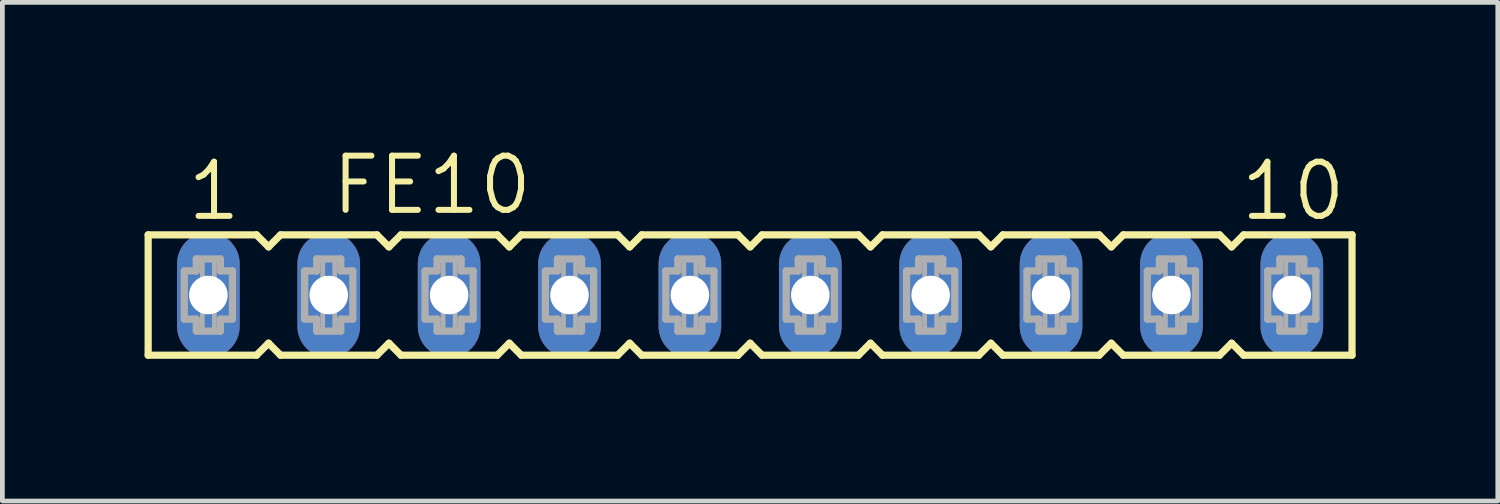
<source format=kicad_pcb>
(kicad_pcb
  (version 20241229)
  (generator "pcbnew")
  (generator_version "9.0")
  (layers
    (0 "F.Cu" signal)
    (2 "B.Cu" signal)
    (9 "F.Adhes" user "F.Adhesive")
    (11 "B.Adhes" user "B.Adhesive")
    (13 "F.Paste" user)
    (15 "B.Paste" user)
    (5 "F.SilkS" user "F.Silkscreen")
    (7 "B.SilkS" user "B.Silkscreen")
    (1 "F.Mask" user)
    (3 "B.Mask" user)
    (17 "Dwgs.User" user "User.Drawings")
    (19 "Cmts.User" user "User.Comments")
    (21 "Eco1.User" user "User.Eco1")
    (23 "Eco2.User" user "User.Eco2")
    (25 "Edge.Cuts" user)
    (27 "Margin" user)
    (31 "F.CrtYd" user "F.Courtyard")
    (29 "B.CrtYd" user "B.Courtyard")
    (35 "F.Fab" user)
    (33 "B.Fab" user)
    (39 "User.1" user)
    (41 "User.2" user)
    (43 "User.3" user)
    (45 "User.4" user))
  (footprint "FE10"
    (layer "F.Cu")
    (at 12.776 3.175)
    (property "Reference" "FE10" (at -8.89 -1.651 0) (layer "F.SilkS") (effects (font (size 1.143 1.143) (thickness 0.127)) (justify left bottom)))
    (fp_line (start -12.7 -1.27) (end -12.7 1.27) (stroke (width 0.152) (type solid)) (layer "F.SilkS"))
    (fp_line (start -12.7 1.27) (end -10.414 1.27) (stroke (width 0.152) (type solid)) (layer "F.SilkS"))
    (fp_line (start -10.414 -1.27) (end -12.7 -1.27) (stroke (width 0.152) (type solid)) (layer "F.SilkS"))
    (fp_line (start -10.414 1.27) (end -10.16 1.016) (stroke (width 0.152) (type solid)) (layer "F.SilkS"))
    (fp_line (start -10.16 -1.016) (end -10.414 -1.27) (stroke (width 0.152) (type solid)) (layer "F.SilkS"))
    (fp_line (start -10.16 1.016) (end -9.906 1.27) (stroke (width 0.152) (type solid)) (layer "F.SilkS"))
    (fp_line (start -9.906 -1.27) (end -10.16 -1.016) (stroke (width 0.152) (type solid)) (layer "F.SilkS"))
    (fp_line (start -9.906 1.27) (end -7.874 1.27) (stroke (width 0.152) (type solid)) (layer "F.SilkS"))
    (fp_line (start -7.874 -1.27) (end -9.906 -1.27) (stroke (width 0.152) (type solid)) (layer "F.SilkS"))
    (fp_line (start -7.874 1.27) (end -7.62 1.016) (stroke (width 0.152) (type solid)) (layer "F.SilkS"))
    (fp_line (start -7.62 -1.016) (end -7.874 -1.27) (stroke (width 0.152) (type solid)) (layer "F.SilkS"))
    (fp_line (start -7.62 1.016) (end -7.366 1.27) (stroke (width 0.152) (type solid)) (layer "F.SilkS"))
    (fp_line (start -7.366 -1.27) (end -7.62 -1.016) (stroke (width 0.152) (type solid)) (layer "F.SilkS"))
    (fp_line (start -7.366 1.27) (end -5.334 1.27) (stroke (width 0.152) (type solid)) (layer "F.SilkS"))
    (fp_line (start -5.334 -1.27) (end -7.366 -1.27) (stroke (width 0.152) (type solid)) (layer "F.SilkS"))
    (fp_line (start -5.334 1.27) (end -5.08 1.016) (stroke (width 0.152) (type solid)) (layer "F.SilkS"))
    (fp_line (start -5.08 -1.016) (end -5.334 -1.27) (stroke (width 0.152) (type solid)) (layer "F.SilkS"))
    (fp_line (start -5.08 1.016) (end -4.826 1.27) (stroke (width 0.152) (type solid)) (layer "F.SilkS"))
    (fp_line (start -4.826 -1.27) (end -5.08 -1.016) (stroke (width 0.152) (type solid)) (layer "F.SilkS"))
    (fp_line (start -4.826 1.27) (end -2.794 1.27) (stroke (width 0.152) (type solid)) (layer "F.SilkS"))
    (fp_line (start -2.794 -1.27) (end -4.826 -1.27) (stroke (width 0.152) (type solid)) (layer "F.SilkS"))
    (fp_line (start -2.794 1.27) (end -2.54 1.016) (stroke (width 0.152) (type solid)) (layer "F.SilkS"))
    (fp_line (start -2.54 -1.016) (end -2.794 -1.27) (stroke (width 0.152) (type solid)) (layer "F.SilkS"))
    (fp_line (start -2.54 1.016) (end -2.286 1.27) (stroke (width 0.152) (type solid)) (layer "F.SilkS"))
    (fp_line (start -2.286 -1.27) (end -2.54 -1.016) (stroke (width 0.152) (type solid)) (layer "F.SilkS"))
    (fp_line (start -2.286 1.27) (end -0.254 1.27) (stroke (width 0.152) (type solid)) (layer "F.SilkS"))
    (fp_line (start -0.254 -1.27) (end -2.286 -1.27) (stroke (width 0.152) (type solid)) (layer "F.SilkS"))
    (fp_line (start -0.254 1.27) (end 0 1.016) (stroke (width 0.152) (type solid)) (layer "F.SilkS"))
    (fp_line (start 0 -1.016) (end -0.254 -1.27) (stroke (width 0.152) (type solid)) (layer "F.SilkS"))
    (fp_line (start 0 1.016) (end 0.254 1.27) (stroke (width 0.152) (type solid)) (layer "F.SilkS"))
    (fp_line (start 0.254 -1.27) (end 0 -1.016) (stroke (width 0.152) (type solid)) (layer "F.SilkS"))
    (fp_line (start 0.254 1.27) (end 2.286 1.27) (stroke (width 0.152) (type solid)) (layer "F.SilkS"))
    (fp_line (start 2.286 -1.27) (end 0.254 -1.27) (stroke (width 0.152) (type solid)) (layer "F.SilkS"))
    (fp_line (start 2.286 1.27) (end 2.54 1.016) (stroke (width 0.152) (type solid)) (layer "F.SilkS"))
    (fp_line (start 2.54 -1.016) (end 2.286 -1.27) (stroke (width 0.152) (type solid)) (layer "F.SilkS"))
    (fp_line (start 2.54 1.016) (end 2.794 1.27) (stroke (width 0.152) (type solid)) (layer "F.SilkS"))
    (fp_line (start 2.794 -1.27) (end 2.54 -1.016) (stroke (width 0.152) (type solid)) (layer "F.SilkS"))
    (fp_line (start 2.794 1.27) (end 4.826 1.27) (stroke (width 0.152) (type solid)) (layer "F.SilkS"))
    (fp_line (start 4.826 -1.27) (end 2.794 -1.27) (stroke (width 0.152) (type solid)) (layer "F.SilkS"))
    (fp_line (start 4.826 1.27) (end 5.08 1.016) (stroke (width 0.152) (type solid)) (layer "F.SilkS"))
    (fp_line (start 5.08 -1.016) (end 4.826 -1.27) (stroke (width 0.152) (type solid)) (layer "F.SilkS"))
    (fp_line (start 5.08 1.016) (end 5.334 1.27) (stroke (width 0.152) (type solid)) (layer "F.SilkS"))
    (fp_line (start 5.334 -1.27) (end 5.08 -1.016) (stroke (width 0.152) (type solid)) (layer "F.SilkS"))
    (fp_line (start 5.334 1.27) (end 7.366 1.27) (stroke (width 0.152) (type solid)) (layer "F.SilkS"))
    (fp_line (start 7.366 -1.27) (end 5.334 -1.27) (stroke (width 0.152) (type solid)) (layer "F.SilkS"))
    (fp_line (start 7.366 1.27) (end 7.62 1.016) (stroke (width 0.152) (type solid)) (layer "F.SilkS"))
    (fp_line (start 7.62 -1.016) (end 7.366 -1.27) (stroke (width 0.152) (type solid)) (layer "F.SilkS"))
    (fp_line (start 7.62 1.016) (end 7.874 1.27) (stroke (width 0.152) (type solid)) (layer "F.SilkS"))
    (fp_line (start 7.874 -1.27) (end 7.62 -1.016) (stroke (width 0.152) (type solid)) (layer "F.SilkS"))
    (fp_line (start 7.874 1.27) (end 9.906 1.27) (stroke (width 0.152) (type solid)) (layer "F.SilkS"))
    (fp_line (start 9.906 -1.27) (end 7.874 -1.27) (stroke (width 0.152) (type solid)) (layer "F.SilkS"))
    (fp_line (start 9.906 1.27) (end 10.16 1.016) (stroke (width 0.152) (type solid)) (layer "F.SilkS"))
    (fp_line (start 10.16 -1.016) (end 9.906 -1.27) (stroke (width 0.152) (type solid)) (layer "F.SilkS"))
    (fp_line (start 10.16 1.016) (end 10.414 1.27) (stroke (width 0.152) (type solid)) (layer "F.SilkS"))
    (fp_line (start 10.414 -1.27) (end 10.16 -1.016) (stroke (width 0.152) (type solid)) (layer "F.SilkS"))
    (fp_line (start 10.414 1.27) (end 12.7 1.27) (stroke (width 0.152) (type solid)) (layer "F.SilkS"))
    (fp_line (start 12.7 -1.27) (end 10.414 -1.27) (stroke (width 0.152) (type solid)) (layer "F.SilkS"))
    (fp_line (start 12.7 1.27) (end 12.7 -1.27) (stroke (width 0.152) (type solid)) (layer "F.SilkS"))
    (fp_line (start -11.938 -0.508) (end -11.938 0.508) (stroke (width 0.152) (type solid)) (layer "F.Fab"))
    (fp_line (start -11.938 0.508) (end -11.684 0.508) (stroke (width 0.152) (type solid)) (layer "F.Fab"))
    (fp_line (start -11.684 -0.762) (end -11.684 -0.508) (stroke (width 0.152) (type solid)) (layer "F.Fab"))
    (fp_line (start -11.684 -0.508) (end -11.938 -0.508) (stroke (width 0.152) (type solid)) (layer "F.Fab"))
    (fp_line (start -11.684 0.508) (end -11.684 0.762) (stroke (width 0.152) (type solid)) (layer "F.Fab"))
    (fp_line (start -11.684 0.762) (end -11.176 0.762) (stroke (width 0.152) (type solid)) (layer "F.Fab"))
    (fp_line (start -11.176 -0.762) (end -11.684 -0.762) (stroke (width 0.152) (type solid)) (layer "F.Fab"))
    (fp_line (start -11.176 -0.508) (end -11.176 -0.762) (stroke (width 0.152) (type solid)) (layer "F.Fab"))
    (fp_line (start -11.176 0.508) (end -10.922 0.508) (stroke (width 0.152) (type solid)) (layer "F.Fab"))
    (fp_line (start -11.176 0.762) (end -11.176 0.508) (stroke (width 0.152) (type solid)) (layer "F.Fab"))
    (fp_line (start -10.922 -0.508) (end -11.176 -0.508) (stroke (width 0.152) (type solid)) (layer "F.Fab"))
    (fp_line (start -10.922 0.508) (end -10.922 -0.508) (stroke (width 0.152) (type solid)) (layer "F.Fab"))
    (fp_line (start -9.398 -0.508) (end -9.398 0.508) (stroke (width 0.152) (type solid)) (layer "F.Fab"))
    (fp_line (start -9.398 0.508) (end -9.144 0.508) (stroke (width 0.152) (type solid)) (layer "F.Fab"))
    (fp_line (start -9.144 -0.762) (end -9.144 -0.508) (stroke (width 0.152) (type solid)) (layer "F.Fab"))
    (fp_line (start -9.144 -0.508) (end -9.398 -0.508) (stroke (width 0.152) (type solid)) (layer "F.Fab"))
    (fp_line (start -9.144 0.508) (end -9.144 0.762) (stroke (width 0.152) (type solid)) (layer "F.Fab"))
    (fp_line (start -9.144 0.762) (end -8.636 0.762) (stroke (width 0.152) (type solid)) (layer "F.Fab"))
    (fp_line (start -8.636 -0.762) (end -9.144 -0.762) (stroke (width 0.152) (type solid)) (layer "F.Fab"))
    (fp_line (start -8.636 -0.508) (end -8.636 -0.762) (stroke (width 0.152) (type solid)) (layer "F.Fab"))
    (fp_line (start -8.636 0.508) (end -8.382 0.508) (stroke (width 0.152) (type solid)) (layer "F.Fab"))
    (fp_line (start -8.636 0.762) (end -8.636 0.508) (stroke (width 0.152) (type solid)) (layer "F.Fab"))
    (fp_line (start -8.382 -0.508) (end -8.636 -0.508) (stroke (width 0.152) (type solid)) (layer "F.Fab"))
    (fp_line (start -8.382 0.508) (end -8.382 -0.508) (stroke (width 0.152) (type solid)) (layer "F.Fab"))
    (fp_line (start -6.858 -0.508) (end -6.858 0.508) (stroke (width 0.152) (type solid)) (layer "F.Fab"))
    (fp_line (start -6.858 0.508) (end -6.604 0.508) (stroke (width 0.152) (type solid)) (layer "F.Fab"))
    (fp_line (start -6.604 -0.762) (end -6.604 -0.508) (stroke (width 0.152) (type solid)) (layer "F.Fab"))
    (fp_line (start -6.604 -0.508) (end -6.858 -0.508) (stroke (width 0.152) (type solid)) (layer "F.Fab"))
    (fp_line (start -6.604 0.508) (end -6.604 0.762) (stroke (width 0.152) (type solid)) (layer "F.Fab"))
    (fp_line (start -6.604 0.762) (end -6.096 0.762) (stroke (width 0.152) (type solid)) (layer "F.Fab"))
    (fp_line (start -6.096 -0.762) (end -6.604 -0.762) (stroke (width 0.152) (type solid)) (layer "F.Fab"))
    (fp_line (start -6.096 -0.508) (end -6.096 -0.762) (stroke (width 0.152) (type solid)) (layer "F.Fab"))
    (fp_line (start -6.096 0.508) (end -5.842 0.508) (stroke (width 0.152) (type solid)) (layer "F.Fab"))
    (fp_line (start -6.096 0.762) (end -6.096 0.508) (stroke (width 0.152) (type solid)) (layer "F.Fab"))
    (fp_line (start -5.842 -0.508) (end -6.096 -0.508) (stroke (width 0.152) (type solid)) (layer "F.Fab"))
    (fp_line (start -5.842 0.508) (end -5.842 -0.508) (stroke (width 0.152) (type solid)) (layer "F.Fab"))
    (fp_line (start -4.318 -0.508) (end -4.318 0.508) (stroke (width 0.152) (type solid)) (layer "F.Fab"))
    (fp_line (start -4.318 0.508) (end -4.064 0.508) (stroke (width 0.152) (type solid)) (layer "F.Fab"))
    (fp_line (start -4.064 -0.762) (end -4.064 -0.508) (stroke (width 0.152) (type solid)) (layer "F.Fab"))
    (fp_line (start -4.064 -0.508) (end -4.318 -0.508) (stroke (width 0.152) (type solid)) (layer "F.Fab"))
    (fp_line (start -4.064 0.508) (end -4.064 0.762) (stroke (width 0.152) (type solid)) (layer "F.Fab"))
    (fp_line (start -4.064 0.762) (end -3.556 0.762) (stroke (width 0.152) (type solid)) (layer "F.Fab"))
    (fp_line (start -3.556 -0.762) (end -4.064 -0.762) (stroke (width 0.152) (type solid)) (layer "F.Fab"))
    (fp_line (start -3.556 -0.508) (end -3.556 -0.762) (stroke (width 0.152) (type solid)) (layer "F.Fab"))
    (fp_line (start -3.556 0.508) (end -3.302 0.508) (stroke (width 0.152) (type solid)) (layer "F.Fab"))
    (fp_line (start -3.556 0.762) (end -3.556 0.508) (stroke (width 0.152) (type solid)) (layer "F.Fab"))
    (fp_line (start -3.302 -0.508) (end -3.556 -0.508) (stroke (width 0.152) (type solid)) (layer "F.Fab"))
    (fp_line (start -3.302 0.508) (end -3.302 -0.508) (stroke (width 0.152) (type solid)) (layer "F.Fab"))
    (fp_line (start -1.778 -0.508) (end -1.778 0.508) (stroke (width 0.152) (type solid)) (layer "F.Fab"))
    (fp_line (start -1.778 0.508) (end -1.524 0.508) (stroke (width 0.152) (type solid)) (layer "F.Fab"))
    (fp_line (start -1.524 -0.762) (end -1.524 -0.508) (stroke (width 0.152) (type solid)) (layer "F.Fab"))
    (fp_line (start -1.524 -0.508) (end -1.778 -0.508) (stroke (width 0.152) (type solid)) (layer "F.Fab"))
    (fp_line (start -1.524 0.508) (end -1.524 0.762) (stroke (width 0.152) (type solid)) (layer "F.Fab"))
    (fp_line (start -1.524 0.762) (end -1.016 0.762) (stroke (width 0.152) (type solid)) (layer "F.Fab"))
    (fp_line (start -1.016 -0.762) (end -1.524 -0.762) (stroke (width 0.152) (type solid)) (layer "F.Fab"))
    (fp_line (start -1.016 -0.508) (end -1.016 -0.762) (stroke (width 0.152) (type solid)) (layer "F.Fab"))
    (fp_line (start -1.016 0.508) (end -0.762 0.508) (stroke (width 0.152) (type solid)) (layer "F.Fab"))
    (fp_line (start -1.016 0.762) (end -1.016 0.508) (stroke (width 0.152) (type solid)) (layer "F.Fab"))
    (fp_line (start -0.762 -0.508) (end -1.016 -0.508) (stroke (width 0.152) (type solid)) (layer "F.Fab"))
    (fp_line (start -0.762 0.508) (end -0.762 -0.508) (stroke (width 0.152) (type solid)) (layer "F.Fab"))
    (fp_line (start 0.762 -0.508) (end 0.762 0.508) (stroke (width 0.152) (type solid)) (layer "F.Fab"))
    (fp_line (start 0.762 0.508) (end 1.016 0.508) (stroke (width 0.152) (type solid)) (layer "F.Fab"))
    (fp_line (start 1.016 -0.762) (end 1.016 -0.508) (stroke (width 0.152) (type solid)) (layer "F.Fab"))
    (fp_line (start 1.016 -0.508) (end 0.762 -0.508) (stroke (width 0.152) (type solid)) (layer "F.Fab"))
    (fp_line (start 1.016 0.508) (end 1.016 0.762) (stroke (width 0.152) (type solid)) (layer "F.Fab"))
    (fp_line (start 1.016 0.762) (end 1.524 0.762) (stroke (width 0.152) (type solid)) (layer "F.Fab"))
    (fp_line (start 1.524 -0.762) (end 1.016 -0.762) (stroke (width 0.152) (type solid)) (layer "F.Fab"))
    (fp_line (start 1.524 -0.508) (end 1.524 -0.762) (stroke (width 0.152) (type solid)) (layer "F.Fab"))
    (fp_line (start 1.524 0.508) (end 1.778 0.508) (stroke (width 0.152) (type solid)) (layer "F.Fab"))
    (fp_line (start 1.524 0.762) (end 1.524 0.508) (stroke (width 0.152) (type solid)) (layer "F.Fab"))
    (fp_line (start 1.778 -0.508) (end 1.524 -0.508) (stroke (width 0.152) (type solid)) (layer "F.Fab"))
    (fp_line (start 1.778 0.508) (end 1.778 -0.508) (stroke (width 0.152) (type solid)) (layer "F.Fab"))
    (fp_line (start 3.302 -0.508) (end 3.302 0.508) (stroke (width 0.152) (type solid)) (layer "F.Fab"))
    (fp_line (start 3.302 0.508) (end 3.556 0.508) (stroke (width 0.152) (type solid)) (layer "F.Fab"))
    (fp_line (start 3.556 -0.762) (end 3.556 -0.508) (stroke (width 0.152) (type solid)) (layer "F.Fab"))
    (fp_line (start 3.556 -0.508) (end 3.302 -0.508) (stroke (width 0.152) (type solid)) (layer "F.Fab"))
    (fp_line (start 3.556 0.508) (end 3.556 0.762) (stroke (width 0.152) (type solid)) (layer "F.Fab"))
    (fp_line (start 3.556 0.762) (end 4.064 0.762) (stroke (width 0.152) (type solid)) (layer "F.Fab"))
    (fp_line (start 4.064 -0.762) (end 3.556 -0.762) (stroke (width 0.152) (type solid)) (layer "F.Fab"))
    (fp_line (start 4.064 -0.508) (end 4.064 -0.762) (stroke (width 0.152) (type solid)) (layer "F.Fab"))
    (fp_line (start 4.064 0.508) (end 4.318 0.508) (stroke (width 0.152) (type solid)) (layer "F.Fab"))
    (fp_line (start 4.064 0.762) (end 4.064 0.508) (stroke (width 0.152) (type solid)) (layer "F.Fab"))
    (fp_line (start 4.318 -0.508) (end 4.064 -0.508) (stroke (width 0.152) (type solid)) (layer "F.Fab"))
    (fp_line (start 4.318 0.508) (end 4.318 -0.508) (stroke (width 0.152) (type solid)) (layer "F.Fab"))
    (fp_line (start 5.842 -0.508) (end 5.842 0.508) (stroke (width 0.152) (type solid)) (layer "F.Fab"))
    (fp_line (start 5.842 0.508) (end 6.096 0.508) (stroke (width 0.152) (type solid)) (layer "F.Fab"))
    (fp_line (start 6.096 -0.762) (end 6.096 -0.508) (stroke (width 0.152) (type solid)) (layer "F.Fab"))
    (fp_line (start 6.096 -0.508) (end 5.842 -0.508) (stroke (width 0.152) (type solid)) (layer "F.Fab"))
    (fp_line (start 6.096 0.508) (end 6.096 0.762) (stroke (width 0.152) (type solid)) (layer "F.Fab"))
    (fp_line (start 6.096 0.762) (end 6.604 0.762) (stroke (width 0.152) (type solid)) (layer "F.Fab"))
    (fp_line (start 6.604 -0.762) (end 6.096 -0.762) (stroke (width 0.152) (type solid)) (layer "F.Fab"))
    (fp_line (start 6.604 -0.508) (end 6.604 -0.762) (stroke (width 0.152) (type solid)) (layer "F.Fab"))
    (fp_line (start 6.604 0.508) (end 6.858 0.508) (stroke (width 0.152) (type solid)) (layer "F.Fab"))
    (fp_line (start 6.604 0.762) (end 6.604 0.508) (stroke (width 0.152) (type solid)) (layer "F.Fab"))
    (fp_line (start 6.858 -0.508) (end 6.604 -0.508) (stroke (width 0.152) (type solid)) (layer "F.Fab"))
    (fp_line (start 6.858 0.508) (end 6.858 -0.508) (stroke (width 0.152) (type solid)) (layer "F.Fab"))
    (fp_line (start 8.382 -0.508) (end 8.382 0.508) (stroke (width 0.152) (type solid)) (layer "F.Fab"))
    (fp_line (start 8.382 0.508) (end 8.636 0.508) (stroke (width 0.152) (type solid)) (layer "F.Fab"))
    (fp_line (start 8.636 -0.762) (end 8.636 -0.508) (stroke (width 0.152) (type solid)) (layer "F.Fab"))
    (fp_line (start 8.636 -0.508) (end 8.382 -0.508) (stroke (width 0.152) (type solid)) (layer "F.Fab"))
    (fp_line (start 8.636 0.508) (end 8.636 0.762) (stroke (width 0.152) (type solid)) (layer "F.Fab"))
    (fp_line (start 8.636 0.762) (end 9.144 0.762) (stroke (width 0.152) (type solid)) (layer "F.Fab"))
    (fp_line (start 9.144 -0.762) (end 8.636 -0.762) (stroke (width 0.152) (type solid)) (layer "F.Fab"))
    (fp_line (start 9.144 -0.508) (end 9.144 -0.762) (stroke (width 0.152) (type solid)) (layer "F.Fab"))
    (fp_line (start 9.144 0.508) (end 9.398 0.508) (stroke (width 0.152) (type solid)) (layer "F.Fab"))
    (fp_line (start 9.144 0.762) (end 9.144 0.508) (stroke (width 0.152) (type solid)) (layer "F.Fab"))
    (fp_line (start 9.398 -0.508) (end 9.144 -0.508) (stroke (width 0.152) (type solid)) (layer "F.Fab"))
    (fp_line (start 9.398 0.508) (end 9.398 -0.508) (stroke (width 0.152) (type solid)) (layer "F.Fab"))
    (fp_line (start 10.922 -0.508) (end 10.922 0.508) (stroke (width 0.152) (type solid)) (layer "F.Fab"))
    (fp_line (start 10.922 0.508) (end 11.176 0.508) (stroke (width 0.152) (type solid)) (layer "F.Fab"))
    (fp_line (start 11.176 -0.762) (end 11.176 -0.508) (stroke (width 0.152) (type solid)) (layer "F.Fab"))
    (fp_line (start 11.176 -0.508) (end 10.922 -0.508) (stroke (width 0.152) (type solid)) (layer "F.Fab"))
    (fp_line (start 11.176 0.508) (end 11.176 0.762) (stroke (width 0.152) (type solid)) (layer "F.Fab"))
    (fp_line (start 11.176 0.762) (end 11.684 0.762) (stroke (width 0.152) (type solid)) (layer "F.Fab"))
    (fp_line (start 11.684 -0.762) (end 11.176 -0.762) (stroke (width 0.152) (type solid)) (layer "F.Fab"))
    (fp_line (start 11.684 -0.508) (end 11.684 -0.762) (stroke (width 0.152) (type solid)) (layer "F.Fab"))
    (fp_line (start 11.684 0.508) (end 11.938 0.508) (stroke (width 0.152) (type solid)) (layer "F.Fab"))
    (fp_line (start 11.684 0.762) (end 11.684 0.508) (stroke (width 0.152) (type solid)) (layer "F.Fab"))
    (fp_line (start 11.938 -0.508) (end 11.684 -0.508) (stroke (width 0.152) (type solid)) (layer "F.Fab"))
    (fp_line (start 11.938 0.508) (end 11.938 -0.508) (stroke (width 0.152) (type solid)) (layer "F.Fab"))
    (fp_poly (pts (xy -11.557 -0.254) (xy -11.303 -0.254) (xy -11.303 -0.762) (xy -11.557 -0.762)) (stroke (width 0.1) (type solid)) (fill no) (layer "F.Fab"))
    (fp_poly (pts (xy -11.557 0.762) (xy -11.303 0.762) (xy -11.303 0.254) (xy -11.557 0.254)) (stroke (width 0.1) (type solid)) (fill no) (layer "F.Fab"))
    (fp_poly (pts (xy -9.017 -0.254) (xy -8.763 -0.254) (xy -8.763 -0.762) (xy -9.017 -0.762)) (stroke (width 0.1) (type solid)) (fill no) (layer "F.Fab"))
    (fp_poly (pts (xy -9.017 0.762) (xy -8.763 0.762) (xy -8.763 0.254) (xy -9.017 0.254)) (stroke (width 0.1) (type solid)) (fill no) (layer "F.Fab"))
    (fp_poly (pts (xy -6.477 -0.254) (xy -6.223 -0.254) (xy -6.223 -0.762) (xy -6.477 -0.762)) (stroke (width 0.1) (type solid)) (fill no) (layer "F.Fab"))
    (fp_poly (pts (xy -6.477 0.762) (xy -6.223 0.762) (xy -6.223 0.254) (xy -6.477 0.254)) (stroke (width 0.1) (type solid)) (fill no) (layer "F.Fab"))
    (fp_poly (pts (xy -3.937 -0.254) (xy -3.683 -0.254) (xy -3.683 -0.762) (xy -3.937 -0.762)) (stroke (width 0.1) (type solid)) (fill no) (layer "F.Fab"))
    (fp_poly (pts (xy -3.937 0.762) (xy -3.683 0.762) (xy -3.683 0.254) (xy -3.937 0.254)) (stroke (width 0.1) (type solid)) (fill no) (layer "F.Fab"))
    (fp_poly (pts (xy -1.397 -0.254) (xy -1.143 -0.254) (xy -1.143 -0.762) (xy -1.397 -0.762)) (stroke (width 0.1) (type solid)) (fill no) (layer "F.Fab"))
    (fp_poly (pts (xy -1.397 0.762) (xy -1.143 0.762) (xy -1.143 0.254) (xy -1.397 0.254)) (stroke (width 0.1) (type solid)) (fill no) (layer "F.Fab"))
    (fp_poly (pts (xy 1.143 -0.254) (xy 1.397 -0.254) (xy 1.397 -0.762) (xy 1.143 -0.762)) (stroke (width 0.1) (type solid)) (fill no) (layer "F.Fab"))
    (fp_poly (pts (xy 1.143 0.762) (xy 1.397 0.762) (xy 1.397 0.254) (xy 1.143 0.254)) (stroke (width 0.1) (type solid)) (fill no) (layer "F.Fab"))
    (fp_poly (pts (xy 3.683 -0.254) (xy 3.937 -0.254) (xy 3.937 -0.762) (xy 3.683 -0.762)) (stroke (width 0.1) (type solid)) (fill no) (layer "F.Fab"))
    (fp_poly (pts (xy 3.683 0.762) (xy 3.937 0.762) (xy 3.937 0.254) (xy 3.683 0.254)) (stroke (width 0.1) (type solid)) (fill no) (layer "F.Fab"))
    (fp_poly (pts (xy 6.223 -0.254) (xy 6.477 -0.254) (xy 6.477 -0.762) (xy 6.223 -0.762)) (stroke (width 0.1) (type solid)) (fill no) (layer "F.Fab"))
    (fp_poly (pts (xy 6.223 0.762) (xy 6.477 0.762) (xy 6.477 0.254) (xy 6.223 0.254)) (stroke (width 0.1) (type solid)) (fill no) (layer "F.Fab"))
    (fp_poly (pts (xy 8.763 -0.254) (xy 9.017 -0.254) (xy 9.017 -0.762) (xy 8.763 -0.762)) (stroke (width 0.1) (type solid)) (fill no) (layer "F.Fab"))
    (fp_poly (pts (xy 8.763 0.762) (xy 9.017 0.762) (xy 9.017 0.254) (xy 8.763 0.254)) (stroke (width 0.1) (type solid)) (fill no) (layer "F.Fab"))
    (fp_poly (pts (xy 11.303 -0.254) (xy 11.557 -0.254) (xy 11.557 -0.762) (xy 11.303 -0.762)) (stroke (width 0.1) (type solid)) (fill no) (layer "F.Fab"))
    (fp_poly (pts (xy 11.303 0.762) (xy 11.557 0.762) (xy 11.557 0.254) (xy 11.303 0.254)) (stroke (width 0.1) (type solid)) (fill no) (layer "F.Fab"))
    (fp_text user "10" (at 10.287 -1.524 0) (layer "F.SilkS") (effects (font (size 1.143 1.143) (thickness 0.127)) (justify left bottom)))
    (fp_text user "1" (at -11.938 -1.524 0) (layer "F.SilkS") (effects (font (size 1.143 1.143) (thickness 0.127)) (justify left bottom)))
    (pad "1" thru_hole oval (at -11.43 0 90) (size 2.642 1.321) (drill 0.813) (layers "*.Cu" "*.Mask"))
    (pad "2" thru_hole oval (at -8.89 0 90) (size 2.642 1.321) (drill 0.813) (layers "*.Cu" "*.Mask"))
    (pad "3" thru_hole oval (at -6.35 0 90) (size 2.642 1.321) (drill 0.813) (layers "*.Cu" "*.Mask"))
    (pad "4" thru_hole oval (at -3.81 0 90) (size 2.642 1.321) (drill 0.813) (layers "*.Cu" "*.Mask"))
    (pad "5" thru_hole oval (at -1.27 0 90) (size 2.642 1.321) (drill 0.813) (layers "*.Cu" "*.Mask"))
    (pad "6" thru_hole oval (at 1.27 0 90) (size 2.642 1.321) (drill 0.813) (layers "*.Cu" "*.Mask"))
    (pad "7" thru_hole oval (at 3.81 0 90) (size 2.642 1.321) (drill 0.813) (layers "*.Cu" "*.Mask"))
    (pad "8" thru_hole oval (at 6.35 0 90) (size 2.642 1.321) (drill 0.813) (layers "*.Cu" "*.Mask"))
    (pad "9" thru_hole oval (at 8.89 0 90) (size 2.642 1.321) (drill 0.813) (layers "*.Cu" "*.Mask"))
    (pad "10" thru_hole oval (at 11.43 0 90) (size 2.642 1.321) (drill 0.813) (layers "*.Cu" "*.Mask")))
  (gr_rect
    (start -3 -3)
    (end 28.552 7.521)
    (stroke (width 0.1) (type default))
    (fill no)
    (layer "Edge.Cuts")))
</source>
